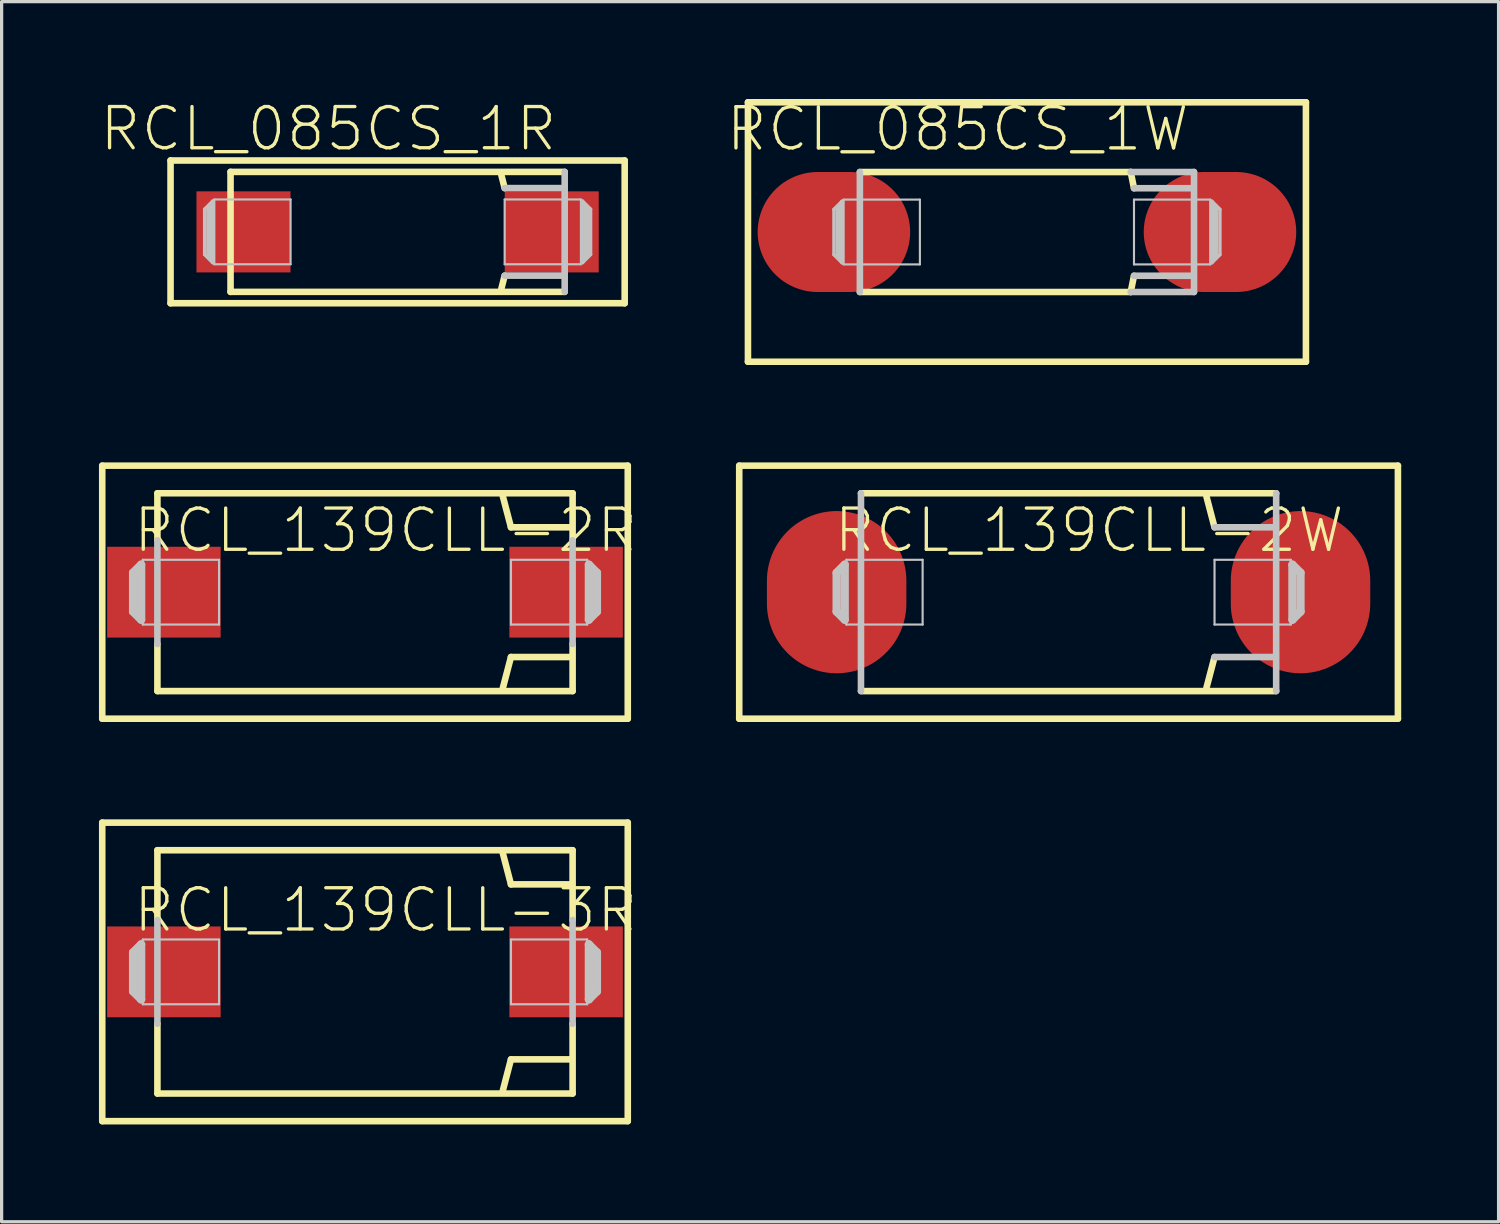
<source format=kicad_pcb>
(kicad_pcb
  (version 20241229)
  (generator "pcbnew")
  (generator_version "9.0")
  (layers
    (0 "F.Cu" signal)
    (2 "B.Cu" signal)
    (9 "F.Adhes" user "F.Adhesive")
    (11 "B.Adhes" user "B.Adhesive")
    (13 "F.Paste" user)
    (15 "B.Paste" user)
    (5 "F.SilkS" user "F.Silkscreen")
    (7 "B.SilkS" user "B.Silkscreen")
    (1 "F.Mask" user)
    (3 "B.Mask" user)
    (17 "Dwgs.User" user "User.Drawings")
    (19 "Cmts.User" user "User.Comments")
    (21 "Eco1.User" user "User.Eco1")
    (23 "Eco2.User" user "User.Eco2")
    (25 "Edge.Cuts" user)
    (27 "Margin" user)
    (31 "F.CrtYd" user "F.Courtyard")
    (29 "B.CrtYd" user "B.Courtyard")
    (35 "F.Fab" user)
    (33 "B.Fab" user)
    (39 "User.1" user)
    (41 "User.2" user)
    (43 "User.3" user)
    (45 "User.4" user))
  (footprint "RCL_139CLL-2W"
    (layer "F.Cu")
    (at 29.882 15.2)
    (property "Reference" "RCL_139CLL-2W" (at 0.635 -1.905 0) (layer "F.SilkS") (effects (font (size 1.27 1.27) (thickness 0.102))))
    (attr smd)
    (fp_line (start -10.15 -3.899) (end -10.15 3.899) (stroke (width 0.203) (type solid)) (layer "F.SilkS"))
    (fp_line (start -10.15 3.899) (end 10.15 3.899) (stroke (width 0.203) (type solid)) (layer "F.SilkS"))
    (fp_line (start -6.398 -3.048) (end 6.398 -3.048) (stroke (width 0.203) (type solid)) (layer "F.SilkS"))
    (fp_line (start 4.498 -1.999) (end 4.249 -2.949) (stroke (width 0.203) (type solid)) (layer "F.SilkS"))
    (fp_line (start 4.498 1.999) (end 4.249 2.949) (stroke (width 0.203) (type solid)) (layer "F.SilkS"))
    (fp_line (start 6.398 3.048) (end -6.398 3.048) (stroke (width 0.203) (type solid)) (layer "F.SilkS"))
    (fp_line (start 10.15 -3.899) (end -10.15 -3.899) (stroke (width 0.203) (type solid)) (layer "F.SilkS"))
    (fp_line (start 10.15 3.899) (end 10.15 -3.899) (stroke (width 0.203) (type solid)) (layer "F.SilkS"))
    (fp_line (start -7.148 -0.599) (end -6.899 -0.848) (stroke (width 0.254) (type solid)) (layer "Dwgs.User"))
    (fp_line (start -7.148 0.599) (end -7.148 -0.599) (stroke (width 0.254) (type solid)) (layer "Dwgs.User"))
    (fp_line (start -6.899 -0.848) (end -6.899 0.848) (stroke (width 0.254) (type solid)) (layer "Dwgs.User"))
    (fp_line (start -6.899 0.848) (end -7.148 0.599) (stroke (width 0.254) (type solid)) (layer "Dwgs.User"))
    (fp_line (start -6.848 -0.998) (end -4.498 -0.998) (stroke (width 0.066) (type solid)) (layer "Dwgs.User"))
    (fp_line (start -6.848 0.998) (end -6.848 -0.998) (stroke (width 0.066) (type solid)) (layer "Dwgs.User"))
    (fp_line (start -6.848 0.998) (end -4.498 0.998) (stroke (width 0.066) (type solid)) (layer "Dwgs.User"))
    (fp_line (start -6.398 3.048) (end -6.398 -3.048) (stroke (width 0.203) (type solid)) (layer "Dwgs.User"))
    (fp_line (start -4.498 0.998) (end -4.498 -0.998) (stroke (width 0.066) (type solid)) (layer "Dwgs.User"))
    (fp_line (start 4.498 -0.998) (end 6.848 -0.998) (stroke (width 0.066) (type solid)) (layer "Dwgs.User"))
    (fp_line (start 4.498 0.998) (end 4.498 -0.998) (stroke (width 0.066) (type solid)) (layer "Dwgs.User"))
    (fp_line (start 4.498 0.998) (end 6.848 0.998) (stroke (width 0.066) (type solid)) (layer "Dwgs.User"))
    (fp_line (start 6.35 -1.999) (end 4.498 -1.999) (stroke (width 0.203) (type solid)) (layer "Dwgs.User"))
    (fp_line (start 6.35 1.999) (end 4.498 1.999) (stroke (width 0.203) (type solid)) (layer "Dwgs.User"))
    (fp_line (start 6.398 -3.048) (end 6.398 3.048) (stroke (width 0.203) (type solid)) (layer "Dwgs.User"))
    (fp_line (start 6.848 0.998) (end 6.848 -0.998) (stroke (width 0.066) (type solid)) (layer "Dwgs.User"))
    (fp_line (start 6.899 -0.848) (end 7.148 -0.599) (stroke (width 0.254) (type solid)) (layer "Dwgs.User"))
    (fp_line (start 6.899 0.848) (end 6.899 -0.848) (stroke (width 0.254) (type solid)) (layer "Dwgs.User"))
    (fp_line (start 7.148 -0.599) (end 7.148 0.599) (stroke (width 0.254) (type solid)) (layer "Dwgs.User"))
    (fp_line (start 7.148 0.599) (end 6.899 0.848) (stroke (width 0.254) (type solid)) (layer "Dwgs.User"))
    (pad "+" smd oval (at 7.148 0) (size 4.298 4.999) (layers "F.Cu" "F.Mask" "F.Paste"))
    (pad "-" smd oval (at -7.148 0) (size 4.298 4.999) (layers "F.Cu" "F.Mask" "F.Paste")))
  (footprint "RCL_139CLL-3R"
    (layer "F.Cu")
    (at 8.199 26.902)
    (property "Reference" "RCL_139CLL-3R" (at 0.635 -1.905 0) (layer "F.SilkS") (effects (font (size 1.27 1.27) (thickness 0.102))))
    (attr smd)
    (fp_line (start -8.098 -4.6) (end -8.098 4.6) (stroke (width 0.203) (type solid)) (layer "F.SilkS"))
    (fp_line (start -8.098 4.6) (end 8.098 4.6) (stroke (width 0.203) (type solid)) (layer "F.SilkS"))
    (fp_line (start -6.398 -3.749) (end 6.398 -3.749) (stroke (width 0.203) (type solid)) (layer "F.SilkS"))
    (fp_line (start -6.398 -1.598) (end -6.398 -3.749) (stroke (width 0.203) (type solid)) (layer "F.SilkS"))
    (fp_line (start -6.398 3.749) (end -6.398 1.598) (stroke (width 0.203) (type solid)) (layer "F.SilkS"))
    (fp_line (start 4.498 -2.697) (end 4.249 -3.65) (stroke (width 0.203) (type solid)) (layer "F.SilkS"))
    (fp_line (start 4.498 2.697) (end 4.249 3.65) (stroke (width 0.203) (type solid)) (layer "F.SilkS"))
    (fp_line (start 6.35 -2.697) (end 4.498 -2.697) (stroke (width 0.203) (type solid)) (layer "F.SilkS"))
    (fp_line (start 6.35 2.697) (end 4.498 2.697) (stroke (width 0.203) (type solid)) (layer "F.SilkS"))
    (fp_line (start 6.398 -3.749) (end 6.398 -1.598) (stroke (width 0.203) (type solid)) (layer "F.SilkS"))
    (fp_line (start 6.398 1.598) (end 6.398 3.749) (stroke (width 0.203) (type solid)) (layer "F.SilkS"))
    (fp_line (start 6.398 3.749) (end -6.398 3.749) (stroke (width 0.203) (type solid)) (layer "F.SilkS"))
    (fp_line (start 8.098 -4.6) (end -8.098 -4.6) (stroke (width 0.203) (type solid)) (layer "F.SilkS"))
    (fp_line (start 8.098 4.6) (end 8.098 -4.6) (stroke (width 0.203) (type solid)) (layer "F.SilkS"))
    (fp_line (start -7.148 -0.599) (end -6.899 -0.848) (stroke (width 0.254) (type solid)) (layer "Dwgs.User"))
    (fp_line (start -7.148 0.599) (end -7.148 -0.599) (stroke (width 0.254) (type solid)) (layer "Dwgs.User"))
    (fp_line (start -6.899 -0.848) (end -6.899 0.848) (stroke (width 0.254) (type solid)) (layer "Dwgs.User"))
    (fp_line (start -6.899 0.848) (end -7.148 0.599) (stroke (width 0.254) (type solid)) (layer "Dwgs.User"))
    (fp_line (start -6.848 -0.998) (end -4.498 -0.998) (stroke (width 0.066) (type solid)) (layer "Dwgs.User"))
    (fp_line (start -6.848 0.998) (end -6.848 -0.998) (stroke (width 0.066) (type solid)) (layer "Dwgs.User"))
    (fp_line (start -6.848 0.998) (end -4.498 0.998) (stroke (width 0.066) (type solid)) (layer "Dwgs.User"))
    (fp_line (start -6.398 1.598) (end -6.398 -1.598) (stroke (width 0.203) (type solid)) (layer "Dwgs.User"))
    (fp_line (start -4.498 0.998) (end -4.498 -0.998) (stroke (width 0.066) (type solid)) (layer "Dwgs.User"))
    (fp_line (start 4.498 -0.998) (end 6.848 -0.998) (stroke (width 0.066) (type solid)) (layer "Dwgs.User"))
    (fp_line (start 4.498 0.998) (end 4.498 -0.998) (stroke (width 0.066) (type solid)) (layer "Dwgs.User"))
    (fp_line (start 4.498 0.998) (end 6.848 0.998) (stroke (width 0.066) (type solid)) (layer "Dwgs.User"))
    (fp_line (start 6.398 -1.598) (end 6.398 1.598) (stroke (width 0.203) (type solid)) (layer "Dwgs.User"))
    (fp_line (start 6.848 0.998) (end 6.848 -0.998) (stroke (width 0.066) (type solid)) (layer "Dwgs.User"))
    (fp_line (start 6.899 -0.848) (end 7.148 -0.599) (stroke (width 0.254) (type solid)) (layer "Dwgs.User"))
    (fp_line (start 6.899 0.848) (end 6.899 -0.848) (stroke (width 0.254) (type solid)) (layer "Dwgs.User"))
    (fp_line (start 7.148 -0.599) (end 7.148 0.599) (stroke (width 0.254) (type solid)) (layer "Dwgs.User"))
    (fp_line (start 7.148 0.599) (end 6.899 0.848) (stroke (width 0.254) (type solid)) (layer "Dwgs.User"))
    (pad "+" smd rect (at 6.198 0) (size 3.498 2.799) (layers "F.Cu" "F.Mask" "F.Paste"))
    (pad "-" smd rect (at -6.198 0) (size 3.498 2.799) (layers "F.Cu" "F.Mask" "F.Paste")))
  (footprint "RCL_085CS_1W"
    (layer "F.Cu")
    (at 28.599 4.1)
    (property "Reference" "RCL_085CS_1W" (at -2.134 -3.175 0) (layer "F.SilkS") (effects (font (size 1.27 1.27) (thickness 0.102))))
    (attr smd)
    (fp_line (start -8.598 -3.998) (end -8.598 3.998) (stroke (width 0.203) (type solid)) (layer "F.SilkS"))
    (fp_line (start -8.598 -3.998) (end 8.598 -3.998) (stroke (width 0.203) (type solid)) (layer "F.SilkS"))
    (fp_line (start -8.598 3.998) (end 8.598 3.998) (stroke (width 0.203) (type solid)) (layer "F.SilkS"))
    (fp_line (start -5.149 1.849) (end 3.198 1.849) (stroke (width 0.203) (type solid)) (layer "F.SilkS"))
    (fp_line (start 3.198 -1.849) (end -5.149 -1.849) (stroke (width 0.203) (type solid)) (layer "F.SilkS"))
    (fp_line (start 3.299 -1.349) (end 3.198 -1.849) (stroke (width 0.203) (type solid)) (layer "F.SilkS"))
    (fp_line (start 3.299 1.349) (end 3.198 1.849) (stroke (width 0.203) (type solid)) (layer "F.SilkS"))
    (fp_line (start 8.598 -3.998) (end 8.598 3.998) (stroke (width 0.203) (type solid)) (layer "F.SilkS"))
    (fp_line (start -5.949 -0.699) (end -5.949 0.699) (stroke (width 0.102) (type solid)) (layer "Dwgs.User"))
    (fp_line (start -5.949 0.699) (end -5.7 0.95) (stroke (width 0.102) (type solid)) (layer "Dwgs.User"))
    (fp_line (start -5.799 -0.749) (end -5.799 0.749) (stroke (width 0.203) (type solid)) (layer "Dwgs.User"))
    (fp_line (start -5.7 -0.95) (end -5.949 -0.699) (stroke (width 0.102) (type solid)) (layer "Dwgs.User"))
    (fp_line (start -5.7 0.95) (end -5.7 -0.95) (stroke (width 0.102) (type solid)) (layer "Dwgs.User"))
    (fp_line (start -5.649 -0.998) (end -3.299 -0.998) (stroke (width 0.066) (type solid)) (layer "Dwgs.User"))
    (fp_line (start -5.649 0.998) (end -5.649 -0.998) (stroke (width 0.066) (type solid)) (layer "Dwgs.User"))
    (fp_line (start -5.649 0.998) (end -3.299 0.998) (stroke (width 0.066) (type solid)) (layer "Dwgs.User"))
    (fp_line (start -5.149 -1.849) (end -5.149 1.849) (stroke (width 0.203) (type solid)) (layer "Dwgs.User"))
    (fp_line (start -3.299 0.998) (end -3.299 -0.998) (stroke (width 0.066) (type solid)) (layer "Dwgs.User"))
    (fp_line (start 3.198 1.849) (end 5.149 1.849) (stroke (width 0.203) (type solid)) (layer "Dwgs.User"))
    (fp_line (start 3.299 -0.998) (end 5.649 -0.998) (stroke (width 0.066) (type solid)) (layer "Dwgs.User"))
    (fp_line (start 3.299 0.998) (end 3.299 -0.998) (stroke (width 0.066) (type solid)) (layer "Dwgs.User"))
    (fp_line (start 3.299 0.998) (end 5.649 0.998) (stroke (width 0.066) (type solid)) (layer "Dwgs.User"))
    (fp_line (start 5.05 -1.349) (end 3.299 -1.349) (stroke (width 0.203) (type solid)) (layer "Dwgs.User"))
    (fp_line (start 5.098 1.349) (end 3.299 1.349) (stroke (width 0.203) (type solid)) (layer "Dwgs.User"))
    (fp_line (start 5.149 -1.849) (end 3.198 -1.849) (stroke (width 0.203) (type solid)) (layer "Dwgs.User"))
    (fp_line (start 5.149 1.849) (end 5.149 -1.849) (stroke (width 0.203) (type solid)) (layer "Dwgs.User"))
    (fp_line (start 5.649 0.998) (end 5.649 -0.998) (stroke (width 0.066) (type solid)) (layer "Dwgs.User"))
    (fp_line (start 5.7 -0.95) (end 5.7 0.95) (stroke (width 0.102) (type solid)) (layer "Dwgs.User"))
    (fp_line (start 5.7 0.95) (end 5.949 0.699) (stroke (width 0.102) (type solid)) (layer "Dwgs.User"))
    (fp_line (start 5.799 0.749) (end 5.799 -0.749) (stroke (width 0.203) (type solid)) (layer "Dwgs.User"))
    (fp_line (start 5.949 -0.699) (end 5.7 -0.95) (stroke (width 0.102) (type solid)) (layer "Dwgs.User"))
    (fp_line (start 5.949 0.699) (end 5.949 -0.699) (stroke (width 0.102) (type solid)) (layer "Dwgs.User"))
    (pad "+" smd oval (at 5.949 0) (size 4.699 3.698) (layers "F.Cu" "F.Mask" "F.Paste"))
    (pad "-" smd oval (at -5.949 0) (size 4.699 3.698) (layers "F.Cu" "F.Mask" "F.Paste")))
  (footprint "RCL_085CS_1R"
    (layer "F.Cu")
    (at 9.204 4.096)
    (property "Reference" "RCL_085CS_1R" (at -2.134 -3.175 0) (layer "F.SilkS") (effects (font (size 1.27 1.27) (thickness 0.102))))
    (attr smd)
    (fp_line (start -6.998 -2.2) (end -6.998 2.2) (stroke (width 0.203) (type solid)) (layer "F.SilkS"))
    (fp_line (start -6.998 -2.2) (end 6.998 -2.2) (stroke (width 0.203) (type solid)) (layer "F.SilkS"))
    (fp_line (start -6.998 2.2) (end 6.998 2.2) (stroke (width 0.203) (type solid)) (layer "F.SilkS"))
    (fp_line (start -5.149 -1.849) (end -5.149 1.849) (stroke (width 0.203) (type solid)) (layer "F.SilkS"))
    (fp_line (start -5.149 1.849) (end 5.149 1.849) (stroke (width 0.203) (type solid)) (layer "F.SilkS"))
    (fp_line (start 3.299 -1.349) (end 3.198 -1.748) (stroke (width 0.203) (type solid)) (layer "F.SilkS"))
    (fp_line (start 3.299 1.349) (end 3.198 1.748) (stroke (width 0.203) (type solid)) (layer "F.SilkS"))
    (fp_line (start 5.149 -1.849) (end -5.149 -1.849) (stroke (width 0.203) (type solid)) (layer "F.SilkS"))
    (fp_line (start 6.998 -2.2) (end 6.998 2.2) (stroke (width 0.203) (type solid)) (layer "F.SilkS"))
    (fp_line (start -5.949 -0.699) (end -5.949 0.699) (stroke (width 0.102) (type solid)) (layer "Dwgs.User"))
    (fp_line (start -5.949 0.699) (end -5.7 0.95) (stroke (width 0.102) (type solid)) (layer "Dwgs.User"))
    (fp_line (start -5.799 -0.749) (end -5.799 0.749) (stroke (width 0.203) (type solid)) (layer "Dwgs.User"))
    (fp_line (start -5.7 -0.95) (end -5.949 -0.699) (stroke (width 0.102) (type solid)) (layer "Dwgs.User"))
    (fp_line (start -5.7 0.95) (end -5.7 -0.95) (stroke (width 0.102) (type solid)) (layer "Dwgs.User"))
    (fp_line (start -5.649 -0.998) (end -3.299 -0.998) (stroke (width 0.066) (type solid)) (layer "Dwgs.User"))
    (fp_line (start -5.649 0.998) (end -5.649 -0.998) (stroke (width 0.066) (type solid)) (layer "Dwgs.User"))
    (fp_line (start -5.649 0.998) (end -3.299 0.998) (stroke (width 0.066) (type solid)) (layer "Dwgs.User"))
    (fp_line (start -3.299 0.998) (end -3.299 -0.998) (stroke (width 0.066) (type solid)) (layer "Dwgs.User"))
    (fp_line (start 3.299 -0.998) (end 5.649 -0.998) (stroke (width 0.066) (type solid)) (layer "Dwgs.User"))
    (fp_line (start 3.299 0.998) (end 3.299 -0.998) (stroke (width 0.066) (type solid)) (layer "Dwgs.User"))
    (fp_line (start 3.299 0.998) (end 5.649 0.998) (stroke (width 0.066) (type solid)) (layer "Dwgs.User"))
    (fp_line (start 5.05 -1.349) (end 3.299 -1.349) (stroke (width 0.203) (type solid)) (layer "Dwgs.User"))
    (fp_line (start 5.098 1.349) (end 3.299 1.349) (stroke (width 0.203) (type solid)) (layer "Dwgs.User"))
    (fp_line (start 5.149 1.849) (end 5.149 -1.849) (stroke (width 0.203) (type solid)) (layer "Dwgs.User"))
    (fp_line (start 5.649 0.998) (end 5.649 -0.998) (stroke (width 0.066) (type solid)) (layer "Dwgs.User"))
    (fp_line (start 5.7 -0.95) (end 5.7 0.95) (stroke (width 0.102) (type solid)) (layer "Dwgs.User"))
    (fp_line (start 5.7 0.95) (end 5.949 0.699) (stroke (width 0.102) (type solid)) (layer "Dwgs.User"))
    (fp_line (start 5.799 0.749) (end 5.799 -0.749) (stroke (width 0.203) (type solid)) (layer "Dwgs.User"))
    (fp_line (start 5.949 -0.699) (end 5.7 -0.95) (stroke (width 0.102) (type solid)) (layer "Dwgs.User"))
    (fp_line (start 5.949 0.699) (end 5.949 -0.699) (stroke (width 0.102) (type solid)) (layer "Dwgs.User"))
    (pad "+" smd rect (at 4.75 0) (size 2.898 2.499) (layers "F.Cu" "F.Mask" "F.Paste"))
    (pad "-" smd rect (at -4.75 0) (size 2.898 2.499) (layers "F.Cu" "F.Mask" "F.Paste")))
  (footprint "RCL_139CLL-2R"
    (layer "F.Cu")
    (at 8.199 15.2)
    (property "Reference" "RCL_139CLL-2R" (at 0.635 -1.905 0) (layer "F.SilkS") (effects (font (size 1.27 1.27) (thickness 0.102))))
    (attr smd)
    (fp_line (start -8.098 -3.899) (end -8.098 3.899) (stroke (width 0.203) (type solid)) (layer "F.SilkS"))
    (fp_line (start -8.098 3.899) (end 8.098 3.899) (stroke (width 0.203) (type solid)) (layer "F.SilkS"))
    (fp_line (start -6.398 -3.048) (end 6.398 -3.048) (stroke (width 0.203) (type solid)) (layer "F.SilkS"))
    (fp_line (start -6.398 -1.598) (end -6.398 -3.048) (stroke (width 0.203) (type solid)) (layer "F.SilkS"))
    (fp_line (start -6.398 3.048) (end -6.398 1.598) (stroke (width 0.203) (type solid)) (layer "F.SilkS"))
    (fp_line (start 4.498 -1.999) (end 4.249 -2.949) (stroke (width 0.203) (type solid)) (layer "F.SilkS"))
    (fp_line (start 4.498 1.999) (end 4.249 2.949) (stroke (width 0.203) (type solid)) (layer "F.SilkS"))
    (fp_line (start 6.35 -1.999) (end 4.498 -1.999) (stroke (width 0.203) (type solid)) (layer "F.SilkS"))
    (fp_line (start 6.35 1.999) (end 4.498 1.999) (stroke (width 0.203) (type solid)) (layer "F.SilkS"))
    (fp_line (start 6.398 -3.048) (end 6.398 -1.598) (stroke (width 0.203) (type solid)) (layer "F.SilkS"))
    (fp_line (start 6.398 1.598) (end 6.398 3.048) (stroke (width 0.203) (type solid)) (layer "F.SilkS"))
    (fp_line (start 6.398 3.048) (end -6.398 3.048) (stroke (width 0.203) (type solid)) (layer "F.SilkS"))
    (fp_line (start 8.098 -3.899) (end -8.098 -3.899) (stroke (width 0.203) (type solid)) (layer "F.SilkS"))
    (fp_line (start 8.098 3.899) (end 8.098 -3.899) (stroke (width 0.203) (type solid)) (layer "F.SilkS"))
    (fp_line (start -7.148 -0.599) (end -6.899 -0.848) (stroke (width 0.254) (type solid)) (layer "Dwgs.User"))
    (fp_line (start -7.148 0.599) (end -7.148 -0.599) (stroke (width 0.254) (type solid)) (layer "Dwgs.User"))
    (fp_line (start -6.899 -0.848) (end -6.899 0.848) (stroke (width 0.254) (type solid)) (layer "Dwgs.User"))
    (fp_line (start -6.899 0.848) (end -7.148 0.599) (stroke (width 0.254) (type solid)) (layer "Dwgs.User"))
    (fp_line (start -6.848 -0.998) (end -4.498 -0.998) (stroke (width 0.066) (type solid)) (layer "Dwgs.User"))
    (fp_line (start -6.848 0.998) (end -6.848 -0.998) (stroke (width 0.066) (type solid)) (layer "Dwgs.User"))
    (fp_line (start -6.848 0.998) (end -4.498 0.998) (stroke (width 0.066) (type solid)) (layer "Dwgs.User"))
    (fp_line (start -6.398 1.598) (end -6.398 -1.598) (stroke (width 0.203) (type solid)) (layer "Dwgs.User"))
    (fp_line (start -4.498 0.998) (end -4.498 -0.998) (stroke (width 0.066) (type solid)) (layer "Dwgs.User"))
    (fp_line (start 4.498 -0.998) (end 6.848 -0.998) (stroke (width 0.066) (type solid)) (layer "Dwgs.User"))
    (fp_line (start 4.498 0.998) (end 4.498 -0.998) (stroke (width 0.066) (type solid)) (layer "Dwgs.User"))
    (fp_line (start 4.498 0.998) (end 6.848 0.998) (stroke (width 0.066) (type solid)) (layer "Dwgs.User"))
    (fp_line (start 6.398 -1.598) (end 6.398 1.598) (stroke (width 0.203) (type solid)) (layer "Dwgs.User"))
    (fp_line (start 6.848 0.998) (end 6.848 -0.998) (stroke (width 0.066) (type solid)) (layer "Dwgs.User"))
    (fp_line (start 6.899 -0.848) (end 7.148 -0.599) (stroke (width 0.254) (type solid)) (layer "Dwgs.User"))
    (fp_line (start 6.899 0.848) (end 6.899 -0.848) (stroke (width 0.254) (type solid)) (layer "Dwgs.User"))
    (fp_line (start 7.148 -0.599) (end 7.148 0.599) (stroke (width 0.254) (type solid)) (layer "Dwgs.User"))
    (fp_line (start 7.148 0.599) (end 6.899 0.848) (stroke (width 0.254) (type solid)) (layer "Dwgs.User"))
    (pad "+" smd rect (at 6.198 0) (size 3.498 2.799) (layers "F.Cu" "F.Mask" "F.Paste"))
    (pad "-" smd rect (at -6.198 0) (size 3.498 2.799) (layers "F.Cu" "F.Mask" "F.Paste")))
  (gr_rect
    (start -3 -3)
    (end 43.134 34.603)
    (stroke (width 0.1) (type default))
    (fill no)
    (layer "Edge.Cuts")))
</source>
